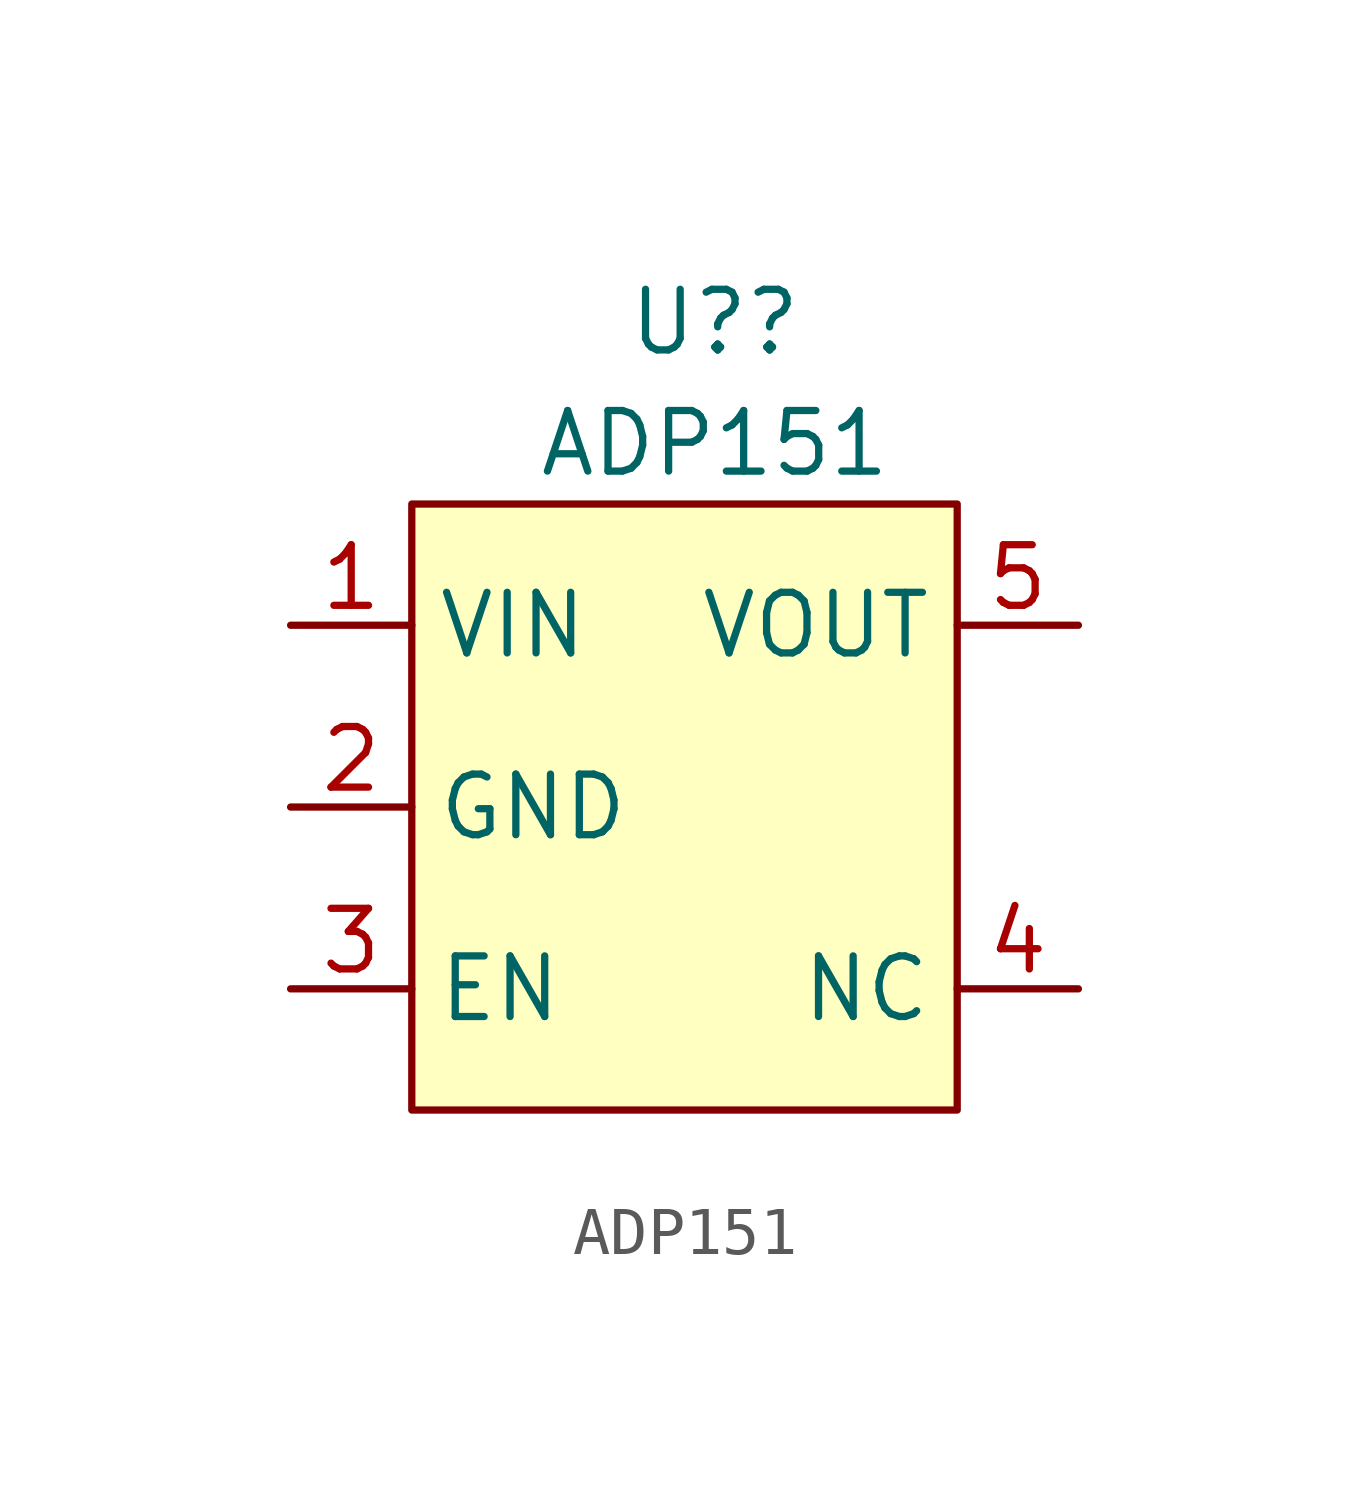
<source format=kicad_sym>
(kicad_symbol_lib
  (version 20211014)
  (generator kicad_symbol_editor)
  (symbol "ADP151"
    (property "Reference" "U?"
      (at 1.27 1.27 0)
      (effects (font (size 1.27 1.27))))
    (property "Value" "ADP151"
      (at 1.27 -1.27 0)
      (effects (font (size 1.27 1.27))))
    (symbol "ADP151_0_1"
      (rectangle (start -5.08 -2.54) (end 6.35 -15.24) (stroke (width 0) (type default) (color 0 0 0 0)) (fill (type background))))
    (symbol "ADP151_1_1"
      (pin input line (at -7.62 -5.08 0) (length 2.54) (name "VIN" (effects (font (size 1.27 1.27)))) (number "1" (effects (font (size 1.27 1.27)))))
      (pin input line (at -7.62 -8.89 0) (length 2.54) (name "GND" (effects (font (size 1.27 1.27)))) (number "2" (effects (font (size 1.27 1.27)))))
      (pin input line (at -7.62 -12.7 0) (length 2.54) (name "EN" (effects (font (size 1.27 1.27)))) (number "3" (effects (font (size 1.27 1.27)))))
      (pin free line (at 8.89 -12.7 180) (length 2.54) (name "NC" (effects (font (size 1.27 1.27)))) (number "4" (effects (font (size 1.27 1.27)))))
      (pin output line (at 8.89 -5.08 180) (length 2.54) (name "VOUT" (effects (font (size 1.27 1.27)))) (number "5" (effects (font (size 1.27 1.27))))))))
</source>
